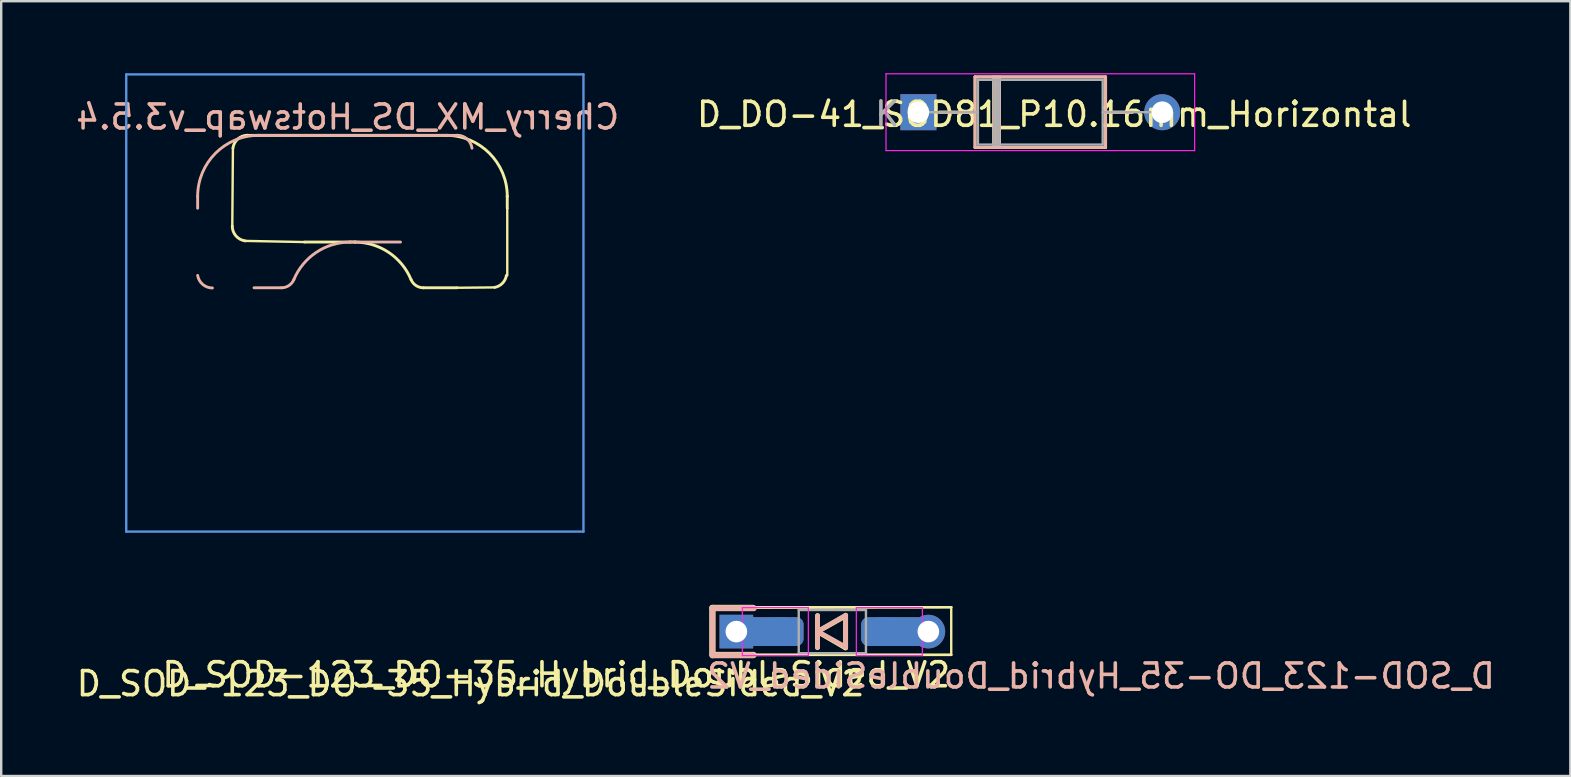
<source format=kicad_pcb>
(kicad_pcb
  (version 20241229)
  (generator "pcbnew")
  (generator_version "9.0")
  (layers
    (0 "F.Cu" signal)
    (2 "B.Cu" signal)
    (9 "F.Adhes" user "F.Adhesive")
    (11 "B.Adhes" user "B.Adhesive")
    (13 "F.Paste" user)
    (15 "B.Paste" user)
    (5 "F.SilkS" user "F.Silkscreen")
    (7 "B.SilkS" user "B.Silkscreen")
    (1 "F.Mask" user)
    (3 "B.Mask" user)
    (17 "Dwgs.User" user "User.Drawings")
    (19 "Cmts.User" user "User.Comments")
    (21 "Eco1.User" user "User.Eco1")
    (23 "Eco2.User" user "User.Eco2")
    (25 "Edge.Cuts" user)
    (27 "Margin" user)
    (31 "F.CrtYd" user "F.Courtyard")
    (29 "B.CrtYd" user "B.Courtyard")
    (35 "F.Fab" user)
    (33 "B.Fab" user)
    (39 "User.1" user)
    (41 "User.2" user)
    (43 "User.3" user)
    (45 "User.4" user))
  (footprint "D_DO-41_SOD81_P10.16mm_Horizontal"
    (layer "F.Cu")
    (at 35.215 1.625)
    (property "Reference" "D_DO-41_SOD81_P10.16mm_Horizontal" (at 5.66 0.09 0) (layer "F.SilkS") (effects (font (size 1 1) (thickness 0.15))))
    (attr through_hole)
    (fp_line (start 0.87 0) (end 2.36 0) (stroke (width 0.12) (type solid)) (layer "F.SilkS"))
    (fp_line (start 2.36 -1.47) (end 2.36 1.47) (stroke (width 0.12) (type solid)) (layer "F.SilkS"))
    (fp_line (start 2.36 1.47) (end 7.8 1.47) (stroke (width 0.12) (type solid)) (layer "F.SilkS"))
    (fp_line (start 3.14 -1.47) (end 3.14 1.47) (stroke (width 0.12) (type solid)) (layer "F.SilkS"))
    (fp_line (start 3.26 -1.47) (end 3.26 1.47) (stroke (width 0.12) (type solid)) (layer "F.SilkS"))
    (fp_line (start 3.38 -1.47) (end 3.38 1.47) (stroke (width 0.12) (type solid)) (layer "F.SilkS"))
    (fp_line (start 7.8 -1.47) (end 2.36 -1.47) (stroke (width 0.12) (type solid)) (layer "F.SilkS"))
    (fp_line (start 7.8 1.47) (end 7.8 -1.47) (stroke (width 0.12) (type solid)) (layer "F.SilkS"))
    (fp_line (start 8.92 0) (end 7.8 0) (stroke (width 0.12) (type solid)) (layer "F.SilkS"))
    (fp_line (start 0.87 0) (end 2.36 0) (stroke (width 0.12) (type solid)) (layer "B.SilkS"))
    (fp_line (start 2.36 -1.47) (end 2.36 1.47) (stroke (width 0.12) (type solid)) (layer "B.SilkS"))
    (fp_line (start 2.36 1.47) (end 7.8 1.47) (stroke (width 0.12) (type solid)) (layer "B.SilkS"))
    (fp_line (start 3.14 -1.47) (end 3.14 1.47) (stroke (width 0.12) (type solid)) (layer "B.SilkS"))
    (fp_line (start 3.26 -1.47) (end 3.26 1.47) (stroke (width 0.12) (type solid)) (layer "B.SilkS"))
    (fp_line (start 3.38 -1.47) (end 3.38 1.47) (stroke (width 0.12) (type solid)) (layer "B.SilkS"))
    (fp_line (start 7.8 -1.47) (end 2.36 -1.47) (stroke (width 0.12) (type solid)) (layer "B.SilkS"))
    (fp_line (start 7.8 1.47) (end 7.8 -1.47) (stroke (width 0.12) (type solid)) (layer "B.SilkS"))
    (fp_line (start 8.92 0) (end 7.8 0) (stroke (width 0.12) (type solid)) (layer "B.SilkS"))
    (fp_line (start -1.35 -1.6) (end -1.35 1.6) (stroke (width 0.05) (type solid)) (layer "F.CrtYd"))
    (fp_line (start -1.35 1.6) (end 11.51 1.6) (stroke (width 0.05) (type solid)) (layer "F.CrtYd"))
    (fp_line (start 11.51 -1.6) (end -1.35 -1.6) (stroke (width 0.05) (type solid)) (layer "F.CrtYd"))
    (fp_line (start 11.51 1.6) (end 11.51 -1.6) (stroke (width 0.05) (type solid)) (layer "F.CrtYd"))
    (fp_line (start 0 0) (end 2.48 0) (stroke (width 0.1) (type solid)) (layer "F.Fab"))
    (fp_line (start 2.48 -1.35) (end 2.48 1.35) (stroke (width 0.1) (type solid)) (layer "F.Fab"))
    (fp_line (start 2.48 1.35) (end 7.68 1.35) (stroke (width 0.1) (type solid)) (layer "F.Fab"))
    (fp_line (start 3.16 -1.35) (end 3.16 1.35) (stroke (width 0.1) (type solid)) (layer "F.Fab"))
    (fp_line (start 3.26 -1.35) (end 3.26 1.35) (stroke (width 0.1) (type solid)) (layer "F.Fab"))
    (fp_line (start 3.36 -1.35) (end 3.36 1.35) (stroke (width 0.1) (type solid)) (layer "F.Fab"))
    (fp_line (start 7.68 -1.35) (end 2.48 -1.35) (stroke (width 0.1) (type solid)) (layer "F.Fab"))
    (fp_line (start 7.68 1.35) (end 7.68 -1.35) (stroke (width 0.1) (type solid)) (layer "F.Fab"))
    (fp_line (start 10.16 0) (end 7.68 0) (stroke (width 0.1) (type solid)) (layer "F.Fab"))
    (fp_text user "K" (at -1.3 0.07 0) (layer "F.Fab") (effects (font (size 1 1) (thickness 0.15))))
    (pad "1" thru_hole rect (at 0 0) (size 1.5 1.5) (drill 0.9) (layers "*.Cu" "*.Mask"))
    (pad "2" thru_hole oval (at 10.16 0) (size 1.5 1.5) (drill 0.9) (layers "*.Cu" "*.Mask")))
  (footprint "D_SOD-123_DO-35_Hybrid_DoubleSided_V2"
    (layer "F.Cu")
    (at 31.63 23.265)
    (property "Reference" "D_SOD-123_DO-35_Hybrid_DoubleSided_V2" (at 1.43 2.17 0) (layer "F.SilkS") (effects (font (size 1 1) (thickness 0.15)) (justify right)))
    (attr smd)
    (fp_line (start -5 -0.99) (end -5 0.96) (stroke (width 0.25) (type default)) (layer "F.SilkS"))
    (fp_line (start -5 -0.99) (end -3.3 -0.99) (stroke (width 0.25) (type default)) (layer "F.SilkS"))
    (fp_line (start -4.99 0.97) (end -3.28 0.97) (stroke (width 0.25) (type default)) (layer "F.SilkS"))
    (fp_line (start -3.302 -1.016) (end 4.953 -1.016) (stroke (width 0.1) (type default)) (layer "F.SilkS"))
    (fp_line (start -3.3 -0.99) (end 4.953 -1.016) (stroke (width 0.1) (type default)) (layer "F.SilkS"))
    (fp_line (start -0.62 -0.66) (end -0.62 0.67) (stroke (width 0.2) (type solid)) (layer "F.SilkS"))
    (fp_line (start -0.62 0.005) (end 0.55 -0.65) (stroke (width 0.2) (type solid)) (layer "F.SilkS"))
    (fp_line (start 0.55 -0.65) (end 0.55 0.68) (stroke (width 0.2) (type solid)) (layer "F.SilkS"))
    (fp_line (start 0.55 0.68) (end -0.62 0.005) (stroke (width 0.2) (type solid)) (layer "F.SilkS"))
    (fp_line (start 4.953 -1.016) (end 4.953 0.97) (stroke (width 0.1) (type default)) (layer "F.SilkS"))
    (fp_line (start 4.953 0.97) (end -3.302 0.97) (stroke (width 0.1) (type default)) (layer "F.SilkS"))
    (fp_line (start 4.953 0.97) (end -3.175 0.97) (stroke (width 0.1) (type default)) (layer "F.SilkS"))
    (fp_line (start -4.995 0.988) (end -4.995 -0.963) (stroke (width 0.25) (type default)) (layer "B.SilkS"))
    (fp_line (start -4.995 0.988) (end -3.295 0.988) (stroke (width 0.25) (type default)) (layer "B.SilkS"))
    (fp_line (start -4.985 -0.973) (end -3.275 -0.973) (stroke (width 0.25) (type default)) (layer "B.SilkS"))
    (fp_line (start -0.615 -0.007) (end 0.555 0.647) (stroke (width 0.2) (type solid)) (layer "B.SilkS"))
    (fp_line (start -0.615 0.657) (end -0.615 -0.672) (stroke (width 0.2) (type solid)) (layer "B.SilkS"))
    (fp_line (start 0.555 -0.682) (end -0.615 -0.007) (stroke (width 0.2) (type solid)) (layer "B.SilkS"))
    (fp_line (start 0.555 0.647) (end 0.555 -0.682) (stroke (width 0.2) (type solid)) (layer "B.SilkS"))
    (fp_line (start -3.75 -1) (end -3.75 1) (stroke (width 0.05) (type default)) (layer "F.CrtYd"))
    (fp_line (start -3.75 -1) (end -1 -1) (stroke (width 0.05) (type solid)) (layer "F.CrtYd"))
    (fp_line (start -1 -1) (end -1 1) (stroke (width 0.05) (type default)) (layer "F.CrtYd"))
    (fp_line (start -1 1) (end -3.75 1) (stroke (width 0.05) (type solid)) (layer "F.CrtYd"))
    (fp_line (start 1 -1) (end 1 1) (stroke (width 0.05) (type default)) (layer "F.CrtYd"))
    (fp_line (start 1 -1) (end 3.75 -1) (stroke (width 0.05) (type solid)) (layer "F.CrtYd"))
    (fp_line (start 3.75 -1) (end 3.75 1) (stroke (width 0.05) (type default)) (layer "F.CrtYd"))
    (fp_line (start 3.75 1) (end 1 1) (stroke (width 0.05) (type solid)) (layer "F.CrtYd"))
    (fp_line (start -1.4 -0.9) (end 1.4 -0.9) (stroke (width 0.1) (type solid)) (layer "F.Fab"))
    (fp_line (start -1.4 0.9) (end -1.4 -0.9) (stroke (width 0.1) (type solid)) (layer "F.Fab"))
    (fp_line (start 1.4 -0.9) (end 1.4 0.9) (stroke (width 0.1) (type solid)) (layer "F.Fab"))
    (fp_line (start 1.4 0.9) (end -1.4 0.9) (stroke (width 0.1) (type solid)) (layer "F.Fab"))
    (fp_text user "${REFERENCE}" (at 5 1.8 0) (layer "F.SilkS") (effects (font (size 1 1) (thickness 0.15)) (justify right)))
    (fp_text user "${REFERENCE}" (at -5.31 1.85 0) (layer "B.SilkS") (effects (font (size 1 1) (thickness 0.15)) (justify right mirror)))
    (pad "1" thru_hole rect (at -4 0) (size 1.4 1.4) (drill 0.9) (layers "*.Cu" "*.Mask"))
    (pad "1" smd rect (at -2.75 0) (size 1.6 1.2) (layers "B.Cu"))
    (pad "1" smd rect (at -2.7 0) (size 1.6 1.2) (layers "F.Cu"))
    (pad "1" smd roundrect (at -1.95 0) (size 1.5 1.2) (layers "F.Cu" "F.Mask" "F.Paste") (roundrect_rratio 0.25))
    (pad "1" smd roundrect (at -1.9 0) (size 1.4 1.2) (layers "B.Cu" "B.Mask" "B.Paste") (roundrect_rratio 0.25))
    (pad "2" smd roundrect (at 1.9 0) (size 1.4 1.2) (layers "F.Cu" "F.Mask" "F.Paste") (roundrect_rratio 0.25))
    (pad "2" smd roundrect (at 1.9 0) (size 1.4 1.2) (layers "B.Cu" "B.Mask" "B.Paste") (roundrect_rratio 0.25))
    (pad "2" smd rect (at 2.96 0) (size 2.12 1.2) (layers "F.Cu"))
    (pad "2" smd rect (at 2.97 0) (size 2.14 1.2) (layers "B.Cu"))
    (pad "2" thru_hole circle (at 4 0) (size 1.4 1.4) (drill 0.9) (layers "*.Cu" "*.Mask")))
  (footprint "Cherry_MX_DS_Hotswap_v3.5.4"
    (layer "F.Cu")
    (at 11.735 9.575)
    (property "Reference" "Cherry_MX_DS_Hotswap_v3.5.4" (at -0.3 -7.75 0) (layer "B.SilkS") (effects (font (size 1 1) (thickness 0.15)) (justify mirror)))
    (attr through_hole)
    (fp_line (start -5.08 -6.45) (end -5.107 -3.203) (stroke (width 0.1) (type default)) (layer "F.SilkS"))
    (fp_line (start -4.567 -2.588) (end -2.1 -2.54) (stroke (width 0.1) (type default)) (layer "F.SilkS"))
    (fp_line (start -4.46 -6.985) (end 3.81 -6.985) (stroke (width 0.12) (type solid)) (layer "F.SilkS"))
    (fp_line (start 0 -2.54) (end -2.1 -2.54) (stroke (width 0.12) (type solid)) (layer "F.SilkS"))
    (fp_line (start 0 -2.54) (end 0 -2.54) (stroke (width 0.12) (type solid)) (layer "F.SilkS"))
    (fp_line (start 2.86 -0.635) (end 4.25 -0.635) (stroke (width 0.12) (type solid)) (layer "F.SilkS"))
    (fp_line (start 3.81 -6.985) (end 3.81 -6.985) (stroke (width 0.12) (type solid)) (layer "F.SilkS"))
    (fp_line (start 5.827 -0.65) (end 4.25 -0.635) (stroke (width 0.1) (type default)) (layer "F.SilkS"))
    (fp_line (start 6.35 -4.445) (end 6.35 -4.445) (stroke (width 0.12) (type solid)) (layer "F.SilkS"))
    (fp_line (start 6.35 -3.95) (end 6.35 -4.445) (stroke (width 0.12) (type solid)) (layer "F.SilkS"))
    (fp_line (start 6.35 -3.95) (end 6.35 -1.152) (stroke (width 0.1) (type default)) (layer "F.SilkS"))
    (fp_arc (start -5.08 -6.45) (mid -4.874274 -6.835961) (end -4.465 -6.990181) (stroke (width 0.12) (type default)) (layer "F.SilkS"))
    (fp_arc (start -4.567039 -2.588274) (mid -4.953 -2.794) (end -5.10722 -3.203274) (stroke (width 0.12) (type default)) (layer "F.SilkS"))
    (fp_arc (start 0 -2.536928) (mid 1.405313 -2.11213) (end 2.34 -0.98) (stroke (width 0.12) (type solid)) (layer "F.SilkS"))
    (fp_arc (start 2.859999 -0.633863) (mid 2.547381 -0.727883) (end 2.34 -0.98) (stroke (width 0.12) (type default)) (layer "F.SilkS"))
    (fp_arc (start 3.81 -6.985) (mid 5.606051 -6.241051) (end 6.35 -4.445) (stroke (width 0.12) (type solid)) (layer "F.SilkS"))
    (fp_arc (start 6.315019 -1.151955) (mid 6.15 -0.824123) (end 5.82691 -0.65) (stroke (width 0.12) (type default)) (layer "F.SilkS"))
    (fp_line (start -6.55 -3.95) (end -6.55 -4.445) (stroke (width 0.12) (type solid)) (layer "B.SilkS"))
    (fp_line (start -4.2 -0.635) (end -3.06 -0.635) (stroke (width 0.12) (type solid)) (layer "B.SilkS"))
    (fp_line (start -4.01 -6.985) (end -4.01 -6.985) (stroke (width 0.12) (type solid)) (layer "B.SilkS"))
    (fp_line (start -4.01 -6.985) (end 4.26 -6.985) (stroke (width 0.12) (type solid)) (layer "B.SilkS"))
    (fp_line (start -0.2 -2.54) (end -0.2 -2.54) (stroke (width 0.12) (type solid)) (layer "B.SilkS"))
    (fp_line (start 1.9 -2.54) (end -0.2 -2.54) (stroke (width 0.12) (type solid)) (layer "B.SilkS"))
    (fp_arc (start -6.550003 -4.445004) (mid -5.806053 -6.241054) (end -4.010003 -6.985004) (stroke (width 0.12) (type solid)) (layer "B.SilkS"))
    (fp_arc (start -5.935132 -0.626921) (mid -6.338801 -0.775393) (end -6.550132 -1.150004) (stroke (width 0.12) (type default)) (layer "B.SilkS"))
    (fp_arc (start -2.540003 -0.980004) (mid -2.747386 -0.727895) (end -3.060002 -0.633867) (stroke (width 0.12) (type default)) (layer "B.SilkS"))
    (fp_arc (start -2.540003 -0.980004) (mid -1.605316 -2.112134) (end -0.200003 -2.536932) (stroke (width 0.12) (type solid)) (layer "B.SilkS"))
    (fp_arc (start 4.264997 -6.990185) (mid 4.674271 -6.835965) (end 4.879997 -6.450004) (stroke (width 0.12) (type default)) (layer "B.SilkS"))
    (fp_line (start -9.525 -9.525) (end -9.525 9.525) (stroke (width 0.1) (type solid)) (layer "Cmts.User"))
    (fp_line (start 9.525 -9.525) (end -9.525 -9.525) (stroke (width 0.1) (type solid)) (layer "Cmts.User"))
    (fp_line (start 9.525 -9.525) (end 9.525 9.525) (stroke (width 0.1) (type solid)) (layer "Cmts.User"))
    (fp_line (start 9.525 9.525) (end -9.525 9.525) (stroke (width 0.1) (type solid)) (layer "Cmts.User"))
    (fp_rect (start -2.15 -7.5) (end 2.15 -6.5) (stroke (width 0.1) (type default)) (fill no) (layer "User.3"))
    (fp_rect (start -2.15 6.5) (end 2.15 7.5) (stroke (width 0.1) (type default)) (fill no) (layer "User.3"))
    (fp_rect (start 7 -7) (end -7 7) (stroke (width 0.1) (type default)) (fill no) (layer "User.3"))
    (fp_rect (start 7 -7) (end -7 7) (stroke (width 0.12) (type default)) (fill no) (layer "User.4")))
  (gr_rect
    (start -3 -3)
    (end 62.379 29.283)
    (stroke (width 0.1) (type default))
    (fill no)
    (layer "Edge.Cuts")))
</source>
